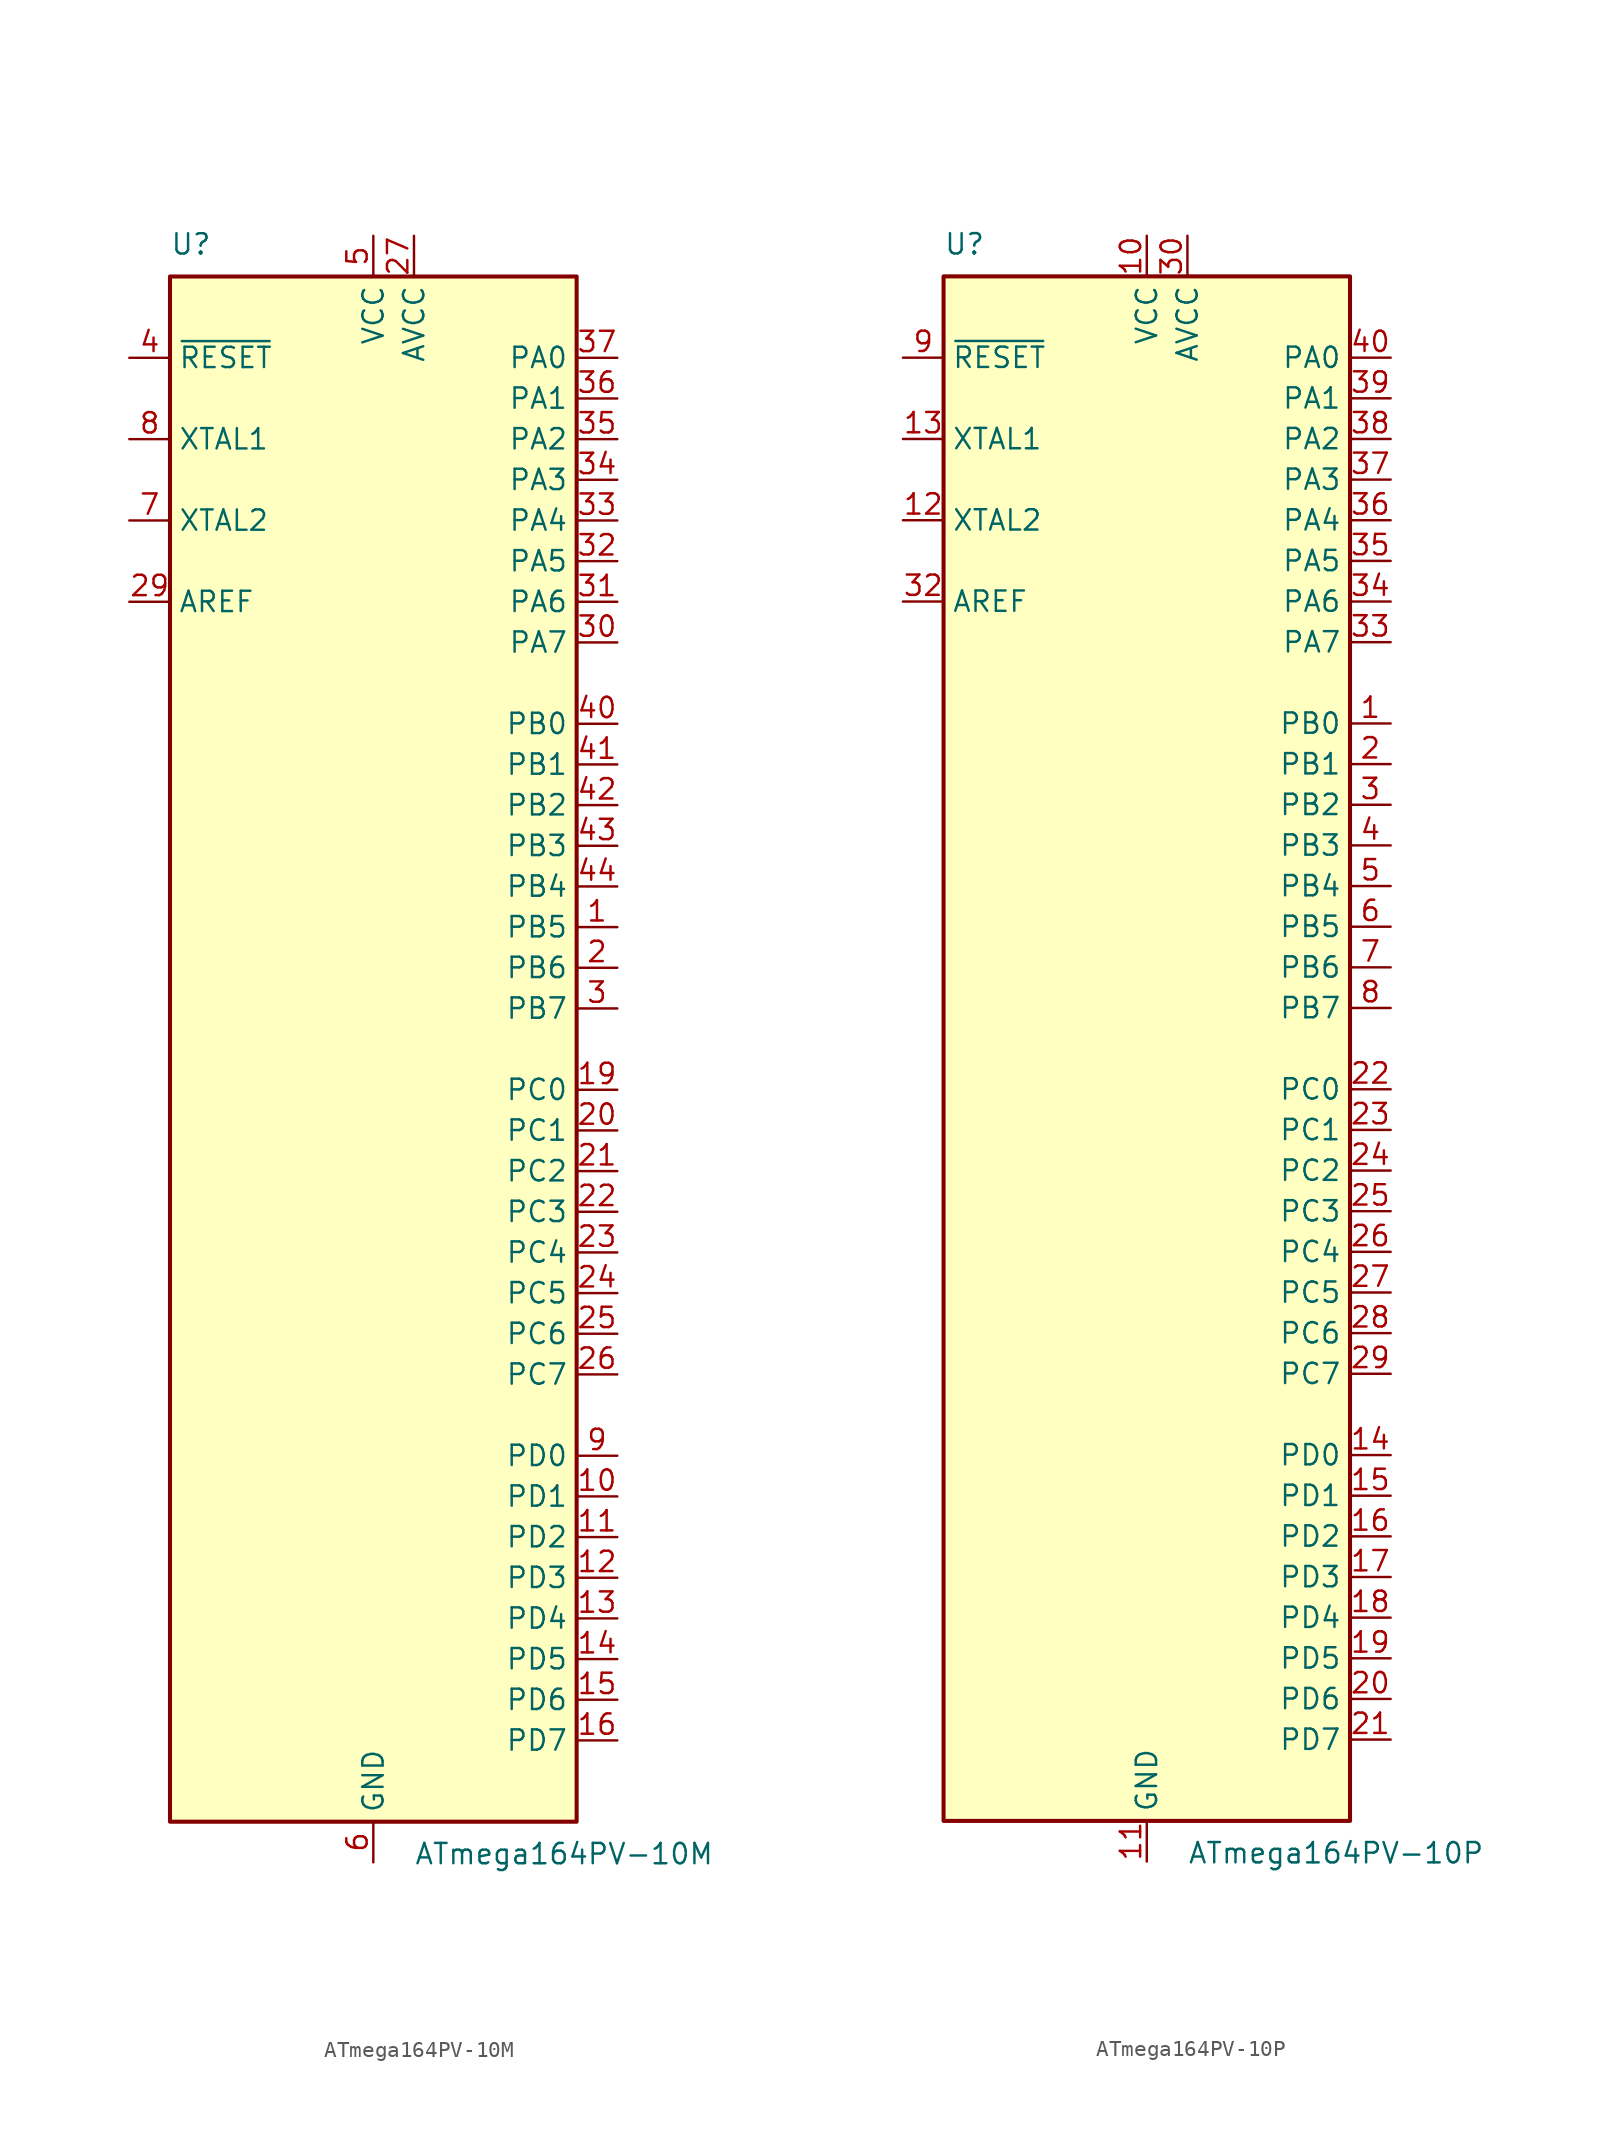
<source format=kicad_sym>
(kicad_symbol_lib
  (version 20241209)
  (generator "kicad_symbol_editor")
  (generator_version "9.0")
  (symbol "ATmega164PV-10M"
    (property "Reference" "U"
      (at -12.7 49.53 0)
      (effects (font (size 1.27 1.27)) (justify left bottom)))
    (property "Value" "ATmega164PV-10M"
      (at 2.54 -49.53 0)
      (effects (font (size 1.27 1.27)) (justify left top)))
    (symbol "ATmega164PV-10M_0_1"
      (rectangle (start -12.7 -48.26) (end 12.7 48.26) (stroke (width 0.254) (type default)) (fill (type background))))
    (symbol "ATmega164PV-10M_1_1"
      (pin input line (at -15.24 43.18 0) (length 2.54) (name "~{RESET}" (effects (font (size 1.27 1.27)))) (number "4" (effects (font (size 1.27 1.27)))))
      (pin input line (at -15.24 38.1 0) (length 2.54) (name "XTAL1" (effects (font (size 1.27 1.27)))) (number "8" (effects (font (size 1.27 1.27)))))
      (pin output line (at -15.24 33.02 0) (length 2.54) (name "XTAL2" (effects (font (size 1.27 1.27)))) (number "7" (effects (font (size 1.27 1.27)))))
      (pin passive line (at -15.24 27.94 0) (length 2.54) (name "AREF" (effects (font (size 1.27 1.27)))) (number "29" (effects (font (size 1.27 1.27)))))
      (pin passive line (at 0 50.8 270) (length 2.54) (hide yes) (name "VCC" (effects (font (size 1.27 1.27)))) (number "17" (effects (font (size 1.27 1.27)))))
      (pin passive line (at 0 50.8 270) (length 2.54) (hide yes) (name "VCC" (effects (font (size 1.27 1.27)))) (number "38" (effects (font (size 1.27 1.27)))))
      (pin power_in line (at 0 50.8 270) (length 2.54) (name "VCC" (effects (font (size 1.27 1.27)))) (number "5" (effects (font (size 1.27 1.27)))))
      (pin passive line (at 0 -50.8 90) (length 2.54) (hide yes) (name "GND" (effects (font (size 1.27 1.27)))) (number "18" (effects (font (size 1.27 1.27)))))
      (pin passive line (at 0 -50.8 90) (length 2.54) (hide yes) (name "GND" (effects (font (size 1.27 1.27)))) (number "28" (effects (font (size 1.27 1.27)))))
      (pin passive line (at 0 -50.8 90) (length 2.54) (hide yes) (name "GND" (effects (font (size 1.27 1.27)))) (number "39" (effects (font (size 1.27 1.27)))))
      (pin passive line (at 0 -50.8 90) (length 2.54) (hide yes) (name "GND" (effects (font (size 1.27 1.27)))) (number "45" (effects (font (size 1.27 1.27)))))
      (pin power_in line (at 0 -50.8 90) (length 2.54) (name "GND" (effects (font (size 1.27 1.27)))) (number "6" (effects (font (size 1.27 1.27)))))
      (pin power_in line (at 2.54 50.8 270) (length 2.54) (name "AVCC" (effects (font (size 1.27 1.27)))) (number "27" (effects (font (size 1.27 1.27)))))
      (pin bidirectional line (at 15.24 43.18 180) (length 2.54) (name "PA0" (effects (font (size 1.27 1.27)))) (number "37" (effects (font (size 1.27 1.27)))))
      (pin bidirectional line (at 15.24 40.64 180) (length 2.54) (name "PA1" (effects (font (size 1.27 1.27)))) (number "36" (effects (font (size 1.27 1.27)))))
      (pin bidirectional line (at 15.24 38.1 180) (length 2.54) (name "PA2" (effects (font (size 1.27 1.27)))) (number "35" (effects (font (size 1.27 1.27)))))
      (pin bidirectional line (at 15.24 35.56 180) (length 2.54) (name "PA3" (effects (font (size 1.27 1.27)))) (number "34" (effects (font (size 1.27 1.27)))))
      (pin bidirectional line (at 15.24 33.02 180) (length 2.54) (name "PA4" (effects (font (size 1.27 1.27)))) (number "33" (effects (font (size 1.27 1.27)))))
      (pin bidirectional line (at 15.24 30.48 180) (length 2.54) (name "PA5" (effects (font (size 1.27 1.27)))) (number "32" (effects (font (size 1.27 1.27)))))
      (pin bidirectional line (at 15.24 27.94 180) (length 2.54) (name "PA6" (effects (font (size 1.27 1.27)))) (number "31" (effects (font (size 1.27 1.27)))))
      (pin bidirectional line (at 15.24 25.4 180) (length 2.54) (name "PA7" (effects (font (size 1.27 1.27)))) (number "30" (effects (font (size 1.27 1.27)))))
      (pin bidirectional line (at 15.24 20.32 180) (length 2.54) (name "PB0" (effects (font (size 1.27 1.27)))) (number "40" (effects (font (size 1.27 1.27)))))
      (pin bidirectional line (at 15.24 17.78 180) (length 2.54) (name "PB1" (effects (font (size 1.27 1.27)))) (number "41" (effects (font (size 1.27 1.27)))))
      (pin bidirectional line (at 15.24 15.24 180) (length 2.54) (name "PB2" (effects (font (size 1.27 1.27)))) (number "42" (effects (font (size 1.27 1.27)))))
      (pin bidirectional line (at 15.24 12.7 180) (length 2.54) (name "PB3" (effects (font (size 1.27 1.27)))) (number "43" (effects (font (size 1.27 1.27)))))
      (pin bidirectional line (at 15.24 10.16 180) (length 2.54) (name "PB4" (effects (font (size 1.27 1.27)))) (number "44" (effects (font (size 1.27 1.27)))))
      (pin bidirectional line (at 15.24 7.62 180) (length 2.54) (name "PB5" (effects (font (size 1.27 1.27)))) (number "1" (effects (font (size 1.27 1.27)))))
      (pin bidirectional line (at 15.24 5.08 180) (length 2.54) (name "PB6" (effects (font (size 1.27 1.27)))) (number "2" (effects (font (size 1.27 1.27)))))
      (pin bidirectional line (at 15.24 2.54 180) (length 2.54) (name "PB7" (effects (font (size 1.27 1.27)))) (number "3" (effects (font (size 1.27 1.27)))))
      (pin bidirectional line (at 15.24 -2.54 180) (length 2.54) (name "PC0" (effects (font (size 1.27 1.27)))) (number "19" (effects (font (size 1.27 1.27)))))
      (pin bidirectional line (at 15.24 -5.08 180) (length 2.54) (name "PC1" (effects (font (size 1.27 1.27)))) (number "20" (effects (font (size 1.27 1.27)))))
      (pin bidirectional line (at 15.24 -7.62 180) (length 2.54) (name "PC2" (effects (font (size 1.27 1.27)))) (number "21" (effects (font (size 1.27 1.27)))))
      (pin bidirectional line (at 15.24 -10.16 180) (length 2.54) (name "PC3" (effects (font (size 1.27 1.27)))) (number "22" (effects (font (size 1.27 1.27)))))
      (pin bidirectional line (at 15.24 -12.7 180) (length 2.54) (name "PC4" (effects (font (size 1.27 1.27)))) (number "23" (effects (font (size 1.27 1.27)))))
      (pin bidirectional line (at 15.24 -15.24 180) (length 2.54) (name "PC5" (effects (font (size 1.27 1.27)))) (number "24" (effects (font (size 1.27 1.27)))))
      (pin bidirectional line (at 15.24 -17.78 180) (length 2.54) (name "PC6" (effects (font (size 1.27 1.27)))) (number "25" (effects (font (size 1.27 1.27)))))
      (pin bidirectional line (at 15.24 -20.32 180) (length 2.54) (name "PC7" (effects (font (size 1.27 1.27)))) (number "26" (effects (font (size 1.27 1.27)))))
      (pin bidirectional line (at 15.24 -25.4 180) (length 2.54) (name "PD0" (effects (font (size 1.27 1.27)))) (number "9" (effects (font (size 1.27 1.27)))))
      (pin bidirectional line (at 15.24 -27.94 180) (length 2.54) (name "PD1" (effects (font (size 1.27 1.27)))) (number "10" (effects (font (size 1.27 1.27)))))
      (pin bidirectional line (at 15.24 -30.48 180) (length 2.54) (name "PD2" (effects (font (size 1.27 1.27)))) (number "11" (effects (font (size 1.27 1.27)))))
      (pin bidirectional line (at 15.24 -33.02 180) (length 2.54) (name "PD3" (effects (font (size 1.27 1.27)))) (number "12" (effects (font (size 1.27 1.27)))))
      (pin bidirectional line (at 15.24 -35.56 180) (length 2.54) (name "PD4" (effects (font (size 1.27 1.27)))) (number "13" (effects (font (size 1.27 1.27)))))
      (pin bidirectional line (at 15.24 -38.1 180) (length 2.54) (name "PD5" (effects (font (size 1.27 1.27)))) (number "14" (effects (font (size 1.27 1.27)))))
      (pin bidirectional line (at 15.24 -40.64 180) (length 2.54) (name "PD6" (effects (font (size 1.27 1.27)))) (number "15" (effects (font (size 1.27 1.27)))))
      (pin bidirectional line (at 15.24 -43.18 180) (length 2.54) (name "PD7" (effects (font (size 1.27 1.27)))) (number "16" (effects (font (size 1.27 1.27)))))))
  (symbol "ATmega164PV-10P"
    (property "Reference" "U"
      (at -12.7 49.53 0)
      (effects (font (size 1.27 1.27)) (justify left bottom)))
    (property "Value" "ATmega164PV-10P"
      (at 2.54 -49.53 0)
      (effects (font (size 1.27 1.27)) (justify left top)))
    (symbol "ATmega164PV-10P_0_1"
      (rectangle (start -12.7 -48.26) (end 12.7 48.26) (stroke (width 0.254) (type default)) (fill (type background))))
    (symbol "ATmega164PV-10P_1_1"
      (pin input line (at -15.24 43.18 0) (length 2.54) (name "~{RESET}" (effects (font (size 1.27 1.27)))) (number "9" (effects (font (size 1.27 1.27)))))
      (pin input line (at -15.24 38.1 0) (length 2.54) (name "XTAL1" (effects (font (size 1.27 1.27)))) (number "13" (effects (font (size 1.27 1.27)))))
      (pin output line (at -15.24 33.02 0) (length 2.54) (name "XTAL2" (effects (font (size 1.27 1.27)))) (number "12" (effects (font (size 1.27 1.27)))))
      (pin passive line (at -15.24 27.94 0) (length 2.54) (name "AREF" (effects (font (size 1.27 1.27)))) (number "32" (effects (font (size 1.27 1.27)))))
      (pin power_in line (at 0 50.8 270) (length 2.54) (name "VCC" (effects (font (size 1.27 1.27)))) (number "10" (effects (font (size 1.27 1.27)))))
      (pin power_in line (at 0 -50.8 90) (length 2.54) (name "GND" (effects (font (size 1.27 1.27)))) (number "11" (effects (font (size 1.27 1.27)))))
      (pin passive line (at 0 -50.8 90) (length 2.54) (hide yes) (name "GND" (effects (font (size 1.27 1.27)))) (number "31" (effects (font (size 1.27 1.27)))))
      (pin power_in line (at 2.54 50.8 270) (length 2.54) (name "AVCC" (effects (font (size 1.27 1.27)))) (number "30" (effects (font (size 1.27 1.27)))))
      (pin bidirectional line (at 15.24 43.18 180) (length 2.54) (name "PA0" (effects (font (size 1.27 1.27)))) (number "40" (effects (font (size 1.27 1.27)))))
      (pin bidirectional line (at 15.24 40.64 180) (length 2.54) (name "PA1" (effects (font (size 1.27 1.27)))) (number "39" (effects (font (size 1.27 1.27)))))
      (pin bidirectional line (at 15.24 38.1 180) (length 2.54) (name "PA2" (effects (font (size 1.27 1.27)))) (number "38" (effects (font (size 1.27 1.27)))))
      (pin bidirectional line (at 15.24 35.56 180) (length 2.54) (name "PA3" (effects (font (size 1.27 1.27)))) (number "37" (effects (font (size 1.27 1.27)))))
      (pin bidirectional line (at 15.24 33.02 180) (length 2.54) (name "PA4" (effects (font (size 1.27 1.27)))) (number "36" (effects (font (size 1.27 1.27)))))
      (pin bidirectional line (at 15.24 30.48 180) (length 2.54) (name "PA5" (effects (font (size 1.27 1.27)))) (number "35" (effects (font (size 1.27 1.27)))))
      (pin bidirectional line (at 15.24 27.94 180) (length 2.54) (name "PA6" (effects (font (size 1.27 1.27)))) (number "34" (effects (font (size 1.27 1.27)))))
      (pin bidirectional line (at 15.24 25.4 180) (length 2.54) (name "PA7" (effects (font (size 1.27 1.27)))) (number "33" (effects (font (size 1.27 1.27)))))
      (pin bidirectional line (at 15.24 20.32 180) (length 2.54) (name "PB0" (effects (font (size 1.27 1.27)))) (number "1" (effects (font (size 1.27 1.27)))))
      (pin bidirectional line (at 15.24 17.78 180) (length 2.54) (name "PB1" (effects (font (size 1.27 1.27)))) (number "2" (effects (font (size 1.27 1.27)))))
      (pin bidirectional line (at 15.24 15.24 180) (length 2.54) (name "PB2" (effects (font (size 1.27 1.27)))) (number "3" (effects (font (size 1.27 1.27)))))
      (pin bidirectional line (at 15.24 12.7 180) (length 2.54) (name "PB3" (effects (font (size 1.27 1.27)))) (number "4" (effects (font (size 1.27 1.27)))))
      (pin bidirectional line (at 15.24 10.16 180) (length 2.54) (name "PB4" (effects (font (size 1.27 1.27)))) (number "5" (effects (font (size 1.27 1.27)))))
      (pin bidirectional line (at 15.24 7.62 180) (length 2.54) (name "PB5" (effects (font (size 1.27 1.27)))) (number "6" (effects (font (size 1.27 1.27)))))
      (pin bidirectional line (at 15.24 5.08 180) (length 2.54) (name "PB6" (effects (font (size 1.27 1.27)))) (number "7" (effects (font (size 1.27 1.27)))))
      (pin bidirectional line (at 15.24 2.54 180) (length 2.54) (name "PB7" (effects (font (size 1.27 1.27)))) (number "8" (effects (font (size 1.27 1.27)))))
      (pin bidirectional line (at 15.24 -2.54 180) (length 2.54) (name "PC0" (effects (font (size 1.27 1.27)))) (number "22" (effects (font (size 1.27 1.27)))))
      (pin bidirectional line (at 15.24 -5.08 180) (length 2.54) (name "PC1" (effects (font (size 1.27 1.27)))) (number "23" (effects (font (size 1.27 1.27)))))
      (pin bidirectional line (at 15.24 -7.62 180) (length 2.54) (name "PC2" (effects (font (size 1.27 1.27)))) (number "24" (effects (font (size 1.27 1.27)))))
      (pin bidirectional line (at 15.24 -10.16 180) (length 2.54) (name "PC3" (effects (font (size 1.27 1.27)))) (number "25" (effects (font (size 1.27 1.27)))))
      (pin bidirectional line (at 15.24 -12.7 180) (length 2.54) (name "PC4" (effects (font (size 1.27 1.27)))) (number "26" (effects (font (size 1.27 1.27)))))
      (pin bidirectional line (at 15.24 -15.24 180) (length 2.54) (name "PC5" (effects (font (size 1.27 1.27)))) (number "27" (effects (font (size 1.27 1.27)))))
      (pin bidirectional line (at 15.24 -17.78 180) (length 2.54) (name "PC6" (effects (font (size 1.27 1.27)))) (number "28" (effects (font (size 1.27 1.27)))))
      (pin bidirectional line (at 15.24 -20.32 180) (length 2.54) (name "PC7" (effects (font (size 1.27 1.27)))) (number "29" (effects (font (size 1.27 1.27)))))
      (pin bidirectional line (at 15.24 -25.4 180) (length 2.54) (name "PD0" (effects (font (size 1.27 1.27)))) (number "14" (effects (font (size 1.27 1.27)))))
      (pin bidirectional line (at 15.24 -27.94 180) (length 2.54) (name "PD1" (effects (font (size 1.27 1.27)))) (number "15" (effects (font (size 1.27 1.27)))))
      (pin bidirectional line (at 15.24 -30.48 180) (length 2.54) (name "PD2" (effects (font (size 1.27 1.27)))) (number "16" (effects (font (size 1.27 1.27)))))
      (pin bidirectional line (at 15.24 -33.02 180) (length 2.54) (name "PD3" (effects (font (size 1.27 1.27)))) (number "17" (effects (font (size 1.27 1.27)))))
      (pin bidirectional line (at 15.24 -35.56 180) (length 2.54) (name "PD4" (effects (font (size 1.27 1.27)))) (number "18" (effects (font (size 1.27 1.27)))))
      (pin bidirectional line (at 15.24 -38.1 180) (length 2.54) (name "PD5" (effects (font (size 1.27 1.27)))) (number "19" (effects (font (size 1.27 1.27)))))
      (pin bidirectional line (at 15.24 -40.64 180) (length 2.54) (name "PD6" (effects (font (size 1.27 1.27)))) (number "20" (effects (font (size 1.27 1.27)))))
      (pin bidirectional line (at 15.24 -43.18 180) (length 2.54) (name "PD7" (effects (font (size 1.27 1.27)))) (number "21" (effects (font (size 1.27 1.27))))))))
</source>
